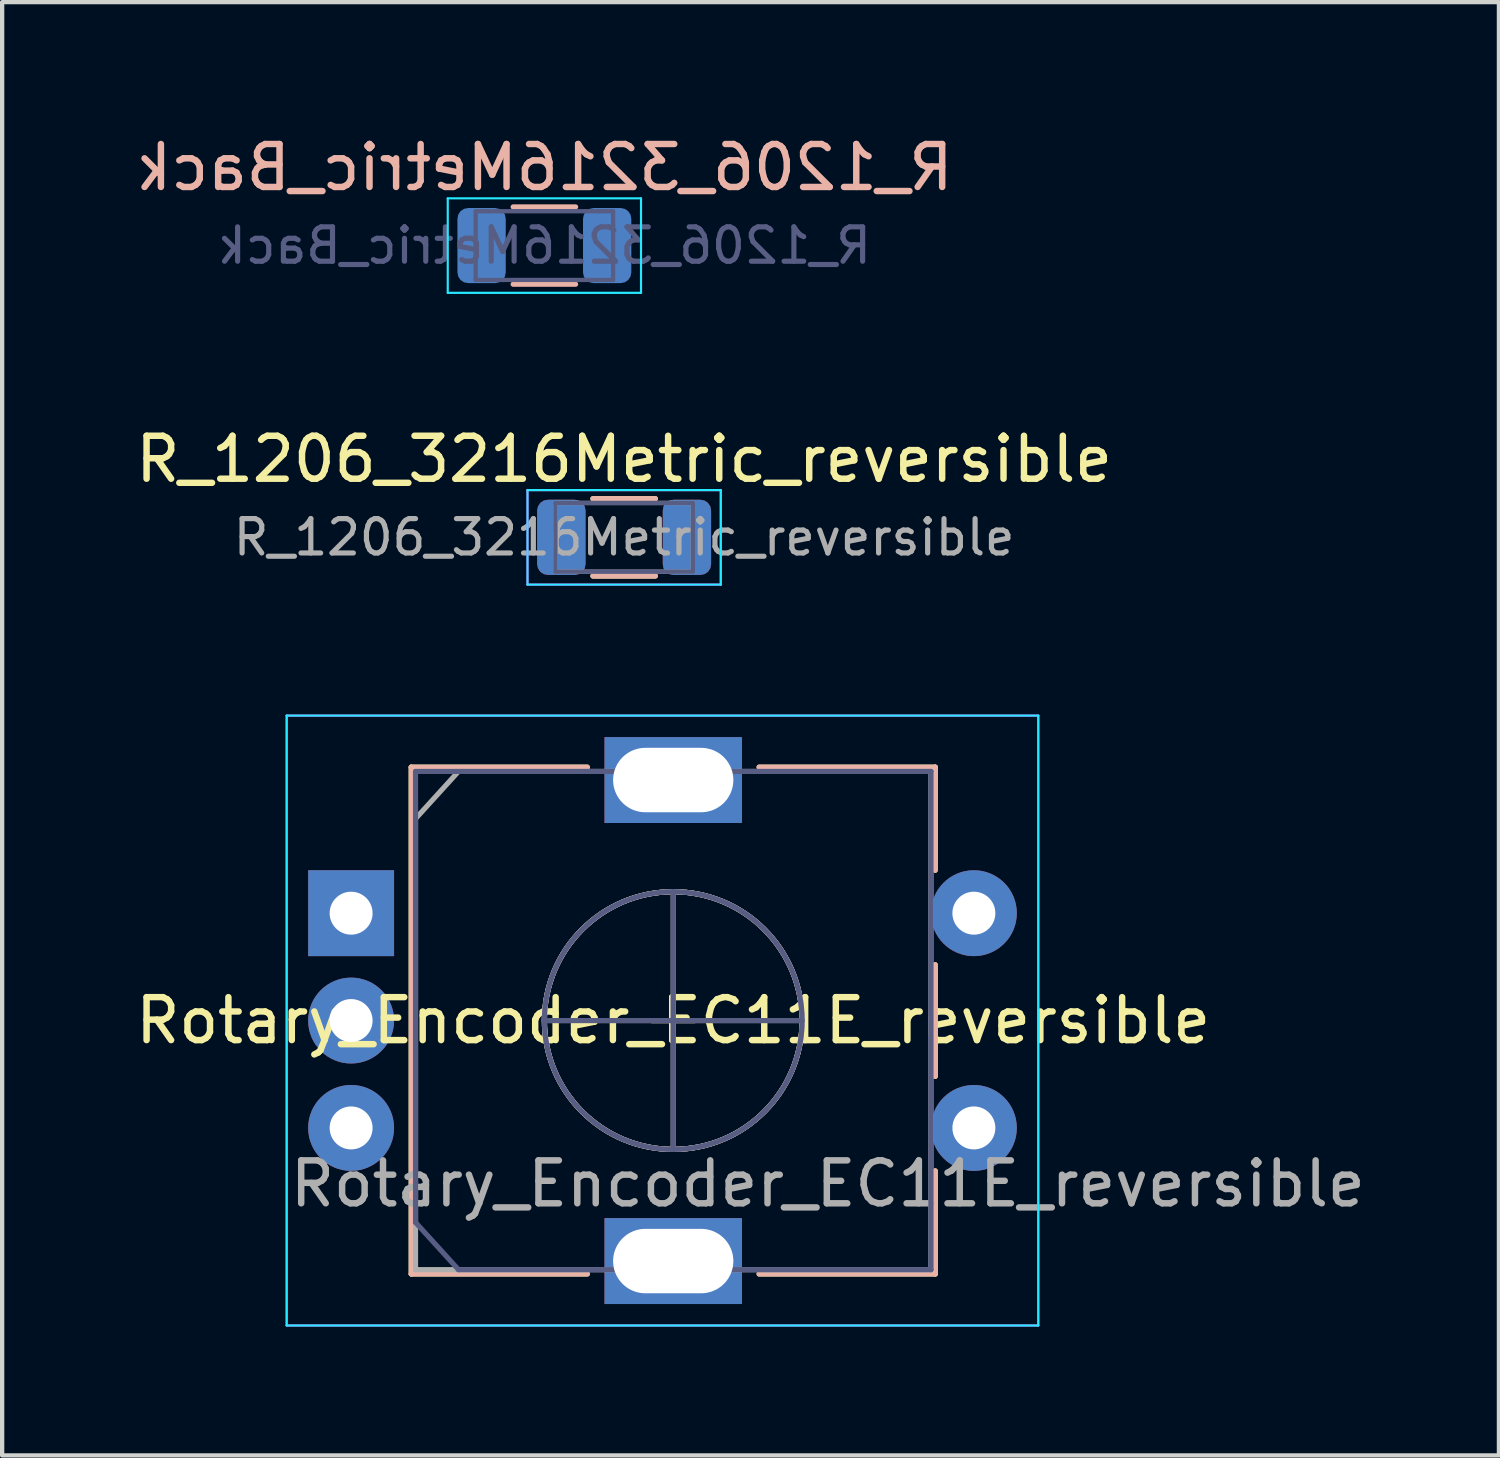
<source format=kicad_pcb>
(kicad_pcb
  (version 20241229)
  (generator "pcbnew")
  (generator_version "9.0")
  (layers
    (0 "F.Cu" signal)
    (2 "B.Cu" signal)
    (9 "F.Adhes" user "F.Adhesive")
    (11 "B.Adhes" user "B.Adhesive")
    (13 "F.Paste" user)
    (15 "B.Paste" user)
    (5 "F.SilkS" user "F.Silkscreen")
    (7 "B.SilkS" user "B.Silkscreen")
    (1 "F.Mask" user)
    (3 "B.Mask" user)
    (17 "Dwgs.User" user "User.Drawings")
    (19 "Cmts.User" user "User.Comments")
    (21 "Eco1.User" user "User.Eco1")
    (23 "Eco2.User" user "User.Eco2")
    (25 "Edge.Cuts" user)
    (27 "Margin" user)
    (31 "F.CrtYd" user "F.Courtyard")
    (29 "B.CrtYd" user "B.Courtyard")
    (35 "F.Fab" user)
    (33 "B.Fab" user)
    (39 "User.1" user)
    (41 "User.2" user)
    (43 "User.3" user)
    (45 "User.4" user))
  (footprint "R_1206_3216Metric_Back"
    (layer "F.Cu")
    (at 9.625 2.668)
    (property "Reference" "R_1206_3216Metric_Back" (at 0 -1.82 0) (layer "B.SilkS") (effects (font (size 1 1) (thickness 0.15)) (justify mirror)))
    (attr smd)
    (fp_line (start 0.727 -0.9) (end -0.727 -0.9) (stroke (width 0.12) (type solid)) (layer "B.SilkS"))
    (fp_line (start 0.727 0.9) (end -0.727 0.9) (stroke (width 0.12) (type solid)) (layer "B.SilkS"))
    (fp_line (start -2.25 -1.1) (end -2.25 1.1) (stroke (width 0.05) (type solid)) (layer "B.CrtYd"))
    (fp_line (start -2.25 1.1) (end 2.25 1.1) (stroke (width 0.05) (type solid)) (layer "B.CrtYd"))
    (fp_line (start 2.25 -1.1) (end -2.25 -1.1) (stroke (width 0.05) (type solid)) (layer "B.CrtYd"))
    (fp_line (start 2.25 1.1) (end 2.25 -1.1) (stroke (width 0.05) (type solid)) (layer "B.CrtYd"))
    (fp_line (start -1.6 -0.8) (end -1.6 0.8) (stroke (width 0.1) (type solid)) (layer "B.Fab"))
    (fp_line (start -1.6 0.8) (end 1.6 0.8) (stroke (width 0.1) (type solid)) (layer "B.Fab"))
    (fp_line (start 1.6 -0.8) (end -1.6 -0.8) (stroke (width 0.1) (type solid)) (layer "B.Fab"))
    (fp_line (start 1.6 0.8) (end 1.6 -0.8) (stroke (width 0.1) (type solid)) (layer "B.Fab"))
    (fp_text user "${REFERENCE}" (at 0 0 0) (layer "B.Fab") (effects (font (size 0.8 0.8) (thickness 0.12)) (justify mirror)))
    (pad "1" smd roundrect (at 1.462 0) (size 1.125 1.75) (layers "B.Cu" "B.Mask" "B.Paste") (roundrect_rratio 0.222))
    (pad "2" smd roundrect (at -1.462 0) (size 1.125 1.75) (layers "B.Cu" "B.Mask" "B.Paste") (roundrect_rratio 0.222)))
  (footprint "R_1206_3216Metric_reversible"
    (layer "F.Cu")
    (at 11.482 9.461)
    (property "Reference" "R_1206_3216Metric_reversible" (at 0 -1.82 0) (layer "F.SilkS") (effects (font (size 1 1) (thickness 0.15))))
    (attr smd)
    (fp_line (start 0.727 -0.9) (end -0.727 -0.9) (stroke (width 0.12) (type solid)) (layer "F.SilkS"))
    (fp_line (start 0.727 0.9) (end -0.727 0.9) (stroke (width 0.12) (type solid)) (layer "F.SilkS"))
    (fp_line (start 0.727 -0.9) (end -0.727 -0.9) (stroke (width 0.12) (type solid)) (layer "B.SilkS"))
    (fp_line (start 0.727 0.9) (end -0.727 0.9) (stroke (width 0.12) (type solid)) (layer "B.SilkS"))
    (fp_line (start -2.25 -1.1) (end -2.25 1.1) (stroke (width 0.05) (type solid)) (layer "B.CrtYd"))
    (fp_line (start -2.25 1.1) (end 2.25 1.1) (stroke (width 0.05) (type solid)) (layer "B.CrtYd"))
    (fp_line (start 2.25 -1.1) (end -2.25 -1.1) (stroke (width 0.05) (type solid)) (layer "B.CrtYd"))
    (fp_line (start 2.25 1.1) (end 2.25 -1.1) (stroke (width 0.05) (type solid)) (layer "B.CrtYd"))
    (fp_line (start -2.25 -1.1) (end 2.25 -1.1) (stroke (width 0.05) (type solid)) (layer "F.CrtYd"))
    (fp_line (start -2.25 1.1) (end -2.25 -1.1) (stroke (width 0.05) (type solid)) (layer "F.CrtYd"))
    (fp_line (start 2.25 -1.1) (end 2.25 1.1) (stroke (width 0.05) (type solid)) (layer "F.CrtYd"))
    (fp_line (start 2.25 1.1) (end -2.25 1.1) (stroke (width 0.05) (type solid)) (layer "F.CrtYd"))
    (fp_line (start -1.6 -0.8) (end -1.6 0.8) (stroke (width 0.1) (type solid)) (layer "B.Fab"))
    (fp_line (start -1.6 0.8) (end 1.6 0.8) (stroke (width 0.1) (type solid)) (layer "B.Fab"))
    (fp_line (start 1.6 -0.8) (end -1.6 -0.8) (stroke (width 0.1) (type solid)) (layer "B.Fab"))
    (fp_line (start 1.6 0.8) (end 1.6 -0.8) (stroke (width 0.1) (type solid)) (layer "B.Fab"))
    (fp_line (start -1.6 -0.8) (end 1.6 -0.8) (stroke (width 0.1) (type solid)) (layer "F.Fab"))
    (fp_line (start -1.6 0.8) (end -1.6 -0.8) (stroke (width 0.1) (type solid)) (layer "F.Fab"))
    (fp_line (start 1.6 -0.8) (end 1.6 0.8) (stroke (width 0.1) (type solid)) (layer "F.Fab"))
    (fp_line (start 1.6 0.8) (end -1.6 0.8) (stroke (width 0.1) (type solid)) (layer "F.Fab"))
    (fp_text user "${REFERENCE}" (at 0 0 0) (layer "F.Fab") (effects (font (size 0.8 0.8) (thickness 0.12))))
    (pad "1" smd roundrect (at 1.462 0 180) (size 1.125 1.75) (layers "F.Cu" "F.Mask" "F.Paste") (roundrect_rratio 0.222))
    (pad "1" smd roundrect (at 1.462 0) (size 1.125 1.75) (layers "B.Cu" "B.Mask" "B.Paste") (roundrect_rratio 0.222))
    (pad "2" smd roundrect (at -1.462 0 180) (size 1.125 1.75) (layers "F.Cu" "F.Mask" "F.Paste") (roundrect_rratio 0.222))
    (pad "2" smd roundrect (at -1.462 0) (size 1.125 1.75) (layers "B.Cu" "B.Mask" "B.Paste") (roundrect_rratio 0.222)))
  (footprint "Rotary_Encoder_EC11E_reversible"
    (layer "F.Cu")
    (at 12.625 20.712)
    (property "Reference" "Rotary_Encoder_EC11E_reversible" (at 0 0 0) (layer "F.SilkS") (effects (font (size 1 1) (thickness 0.15))))
    (attr through_hole)
    (fp_line (start -6.1 -5.9) (end -6.1 5.9) (stroke (width 0.12) (type solid)) (layer "F.SilkS"))
    (fp_line (start -2 -5.9) (end -6.1 -5.9) (stroke (width 0.12) (type solid)) (layer "F.SilkS"))
    (fp_line (start -2 5.9) (end -6.1 5.9) (stroke (width 0.12) (type solid)) (layer "F.SilkS"))
    (fp_line (start -0.5 0) (end 0.5 0) (stroke (width 0.12) (type solid)) (layer "F.SilkS"))
    (fp_line (start 0 -0.5) (end 0 0.5) (stroke (width 0.12) (type solid)) (layer "F.SilkS"))
    (fp_line (start 2 -5.9) (end 6.1 -5.9) (stroke (width 0.12) (type solid)) (layer "F.SilkS"))
    (fp_line (start 6.1 -5.9) (end 6.1 -3.5) (stroke (width 0.12) (type solid)) (layer "F.SilkS"))
    (fp_line (start 6.1 -1.3) (end 6.1 1.3) (stroke (width 0.12) (type solid)) (layer "F.SilkS"))
    (fp_line (start 6.1 3.5) (end 6.1 5.9) (stroke (width 0.12) (type solid)) (layer "F.SilkS"))
    (fp_line (start 6.1 5.9) (end 2 5.9) (stroke (width 0.12) (type solid)) (layer "F.SilkS"))
    (fp_circle (center 0 0) (end 3 0) (stroke (width 0.12) (type solid)) (fill no) (layer "F.SilkS"))
    (fp_line (start -6.1 5.9) (end -6.1 -5.9) (stroke (width 0.12) (type solid)) (layer "B.SilkS"))
    (fp_line (start -2 -5.9) (end -6.1 -5.9) (stroke (width 0.12) (type solid)) (layer "B.SilkS"))
    (fp_line (start -2 5.9) (end -6.1 5.9) (stroke (width 0.12) (type solid)) (layer "B.SilkS"))
    (fp_line (start -0.5 0) (end 0.5 0) (stroke (width 0.12) (type solid)) (layer "B.SilkS"))
    (fp_line (start 0 0.5) (end 0 -0.5) (stroke (width 0.12) (type solid)) (layer "B.SilkS"))
    (fp_line (start 2 5.9) (end 6.1 5.9) (stroke (width 0.12) (type solid)) (layer "B.SilkS"))
    (fp_line (start 6.1 -5.9) (end 2 -5.9) (stroke (width 0.12) (type solid)) (layer "B.SilkS"))
    (fp_line (start 6.1 -3.5) (end 6.1 -5.9) (stroke (width 0.12) (type solid)) (layer "B.SilkS"))
    (fp_line (start 6.1 1.3) (end 6.1 -1.3) (stroke (width 0.12) (type solid)) (layer "B.SilkS"))
    (fp_line (start 6.1 5.9) (end 6.1 3.5) (stroke (width 0.12) (type solid)) (layer "B.SilkS"))
    (fp_circle (center 0 0) (end 3 0) (stroke (width 0.12) (type solid)) (fill no) (layer "B.SilkS"))
    (fp_line (start -9 7.1) (end -9 -7.1) (stroke (width 0.05) (type solid)) (layer "B.CrtYd"))
    (fp_line (start -9 7.1) (end 8.5 7.1) (stroke (width 0.05) (type solid)) (layer "B.CrtYd"))
    (fp_line (start 8.5 -7.1) (end -9 -7.1) (stroke (width 0.05) (type solid)) (layer "B.CrtYd"))
    (fp_line (start 8.5 -7.1) (end 8.5 7.1) (stroke (width 0.05) (type solid)) (layer "B.CrtYd"))
    (fp_line (start -9 -7.1) (end -9 7.1) (stroke (width 0.05) (type solid)) (layer "F.CrtYd"))
    (fp_line (start -9 -7.1) (end 8.5 -7.1) (stroke (width 0.05) (type solid)) (layer "F.CrtYd"))
    (fp_line (start 8.5 7.1) (end -9 7.1) (stroke (width 0.05) (type solid)) (layer "F.CrtYd"))
    (fp_line (start 8.5 7.1) (end 8.5 -7.1) (stroke (width 0.05) (type solid)) (layer "F.CrtYd"))
    (fp_line (start -6 -5.8) (end -6 4.7) (stroke (width 0.12) (type solid)) (layer "B.Fab"))
    (fp_line (start -6 4.7) (end -5 5.8) (stroke (width 0.12) (type solid)) (layer "B.Fab"))
    (fp_line (start -5 5.8) (end 6 5.8) (stroke (width 0.12) (type solid)) (layer "B.Fab"))
    (fp_line (start -3 0) (end 3 0) (stroke (width 0.12) (type solid)) (layer "B.Fab"))
    (fp_line (start 0 3) (end 0 -3) (stroke (width 0.12) (type solid)) (layer "B.Fab"))
    (fp_line (start 6 -5.8) (end -6 -5.8) (stroke (width 0.12) (type solid)) (layer "B.Fab"))
    (fp_line (start 6 5.8) (end 6 -5.8) (stroke (width 0.12) (type solid)) (layer "B.Fab"))
    (fp_circle (center 0 0) (end 3 0) (stroke (width 0.12) (type solid)) (fill no) (layer "B.Fab"))
    (fp_line (start -6 -4.7) (end -5 -5.8) (stroke (width 0.12) (type solid)) (layer "F.Fab"))
    (fp_line (start -6 5.8) (end -6 -4.7) (stroke (width 0.12) (type solid)) (layer "F.Fab"))
    (fp_line (start -5 -5.8) (end 6 -5.8) (stroke (width 0.12) (type solid)) (layer "F.Fab"))
    (fp_line (start -3 0) (end 3 0) (stroke (width 0.12) (type solid)) (layer "F.Fab"))
    (fp_line (start 0 -3) (end 0 3) (stroke (width 0.12) (type solid)) (layer "F.Fab"))
    (fp_line (start 6 -5.8) (end 6 5.8) (stroke (width 0.12) (type solid)) (layer "F.Fab"))
    (fp_line (start 6 5.8) (end -6 5.8) (stroke (width 0.12) (type solid)) (layer "F.Fab"))
    (fp_circle (center 0 0) (end 3 0) (stroke (width 0.12) (type solid)) (fill no) (layer "F.Fab"))
    (fp_text user "${REFERENCE}" (at 3.6 3.8 0) (layer "F.Fab") (effects (font (size 1 1) (thickness 0.15))))
    (pad "A" thru_hole rect (at -7.5 -2.5) (size 2 2) (drill 1) (layers "*.Cu" "*.Mask"))
    (pad "B" thru_hole circle (at -7.5 2.5) (size 2 2) (drill 1) (layers "*.Cu" "*.Mask"))
    (pad "C" thru_hole circle (at -7.5 0) (size 2 2) (drill 1) (layers "*.Cu" "*.Mask"))
    (pad "D" thru_hole rect (at 0 -5.6) (size 3.2 2) (drill oval 2.8 1.5) (layers "*.Cu" "*.Mask"))
    (pad "D" thru_hole rect (at 0 5.6) (size 3.2 2) (drill oval 2.8 1.5) (layers "*.Cu" "*.Mask"))
    (pad "S1" thru_hole circle (at 7 2.5) (size 2 2) (drill 1) (layers "*.Cu" "*.Mask"))
    (pad "S2" thru_hole circle (at 7 -2.5) (size 2 2) (drill 1) (layers "*.Cu" "*.Mask")))
  (gr_rect
    (start -3 -3)
    (end 31.85 30.837)
    (stroke (width 0.1) (type default))
    (fill no)
    (layer "Edge.Cuts")))
</source>
